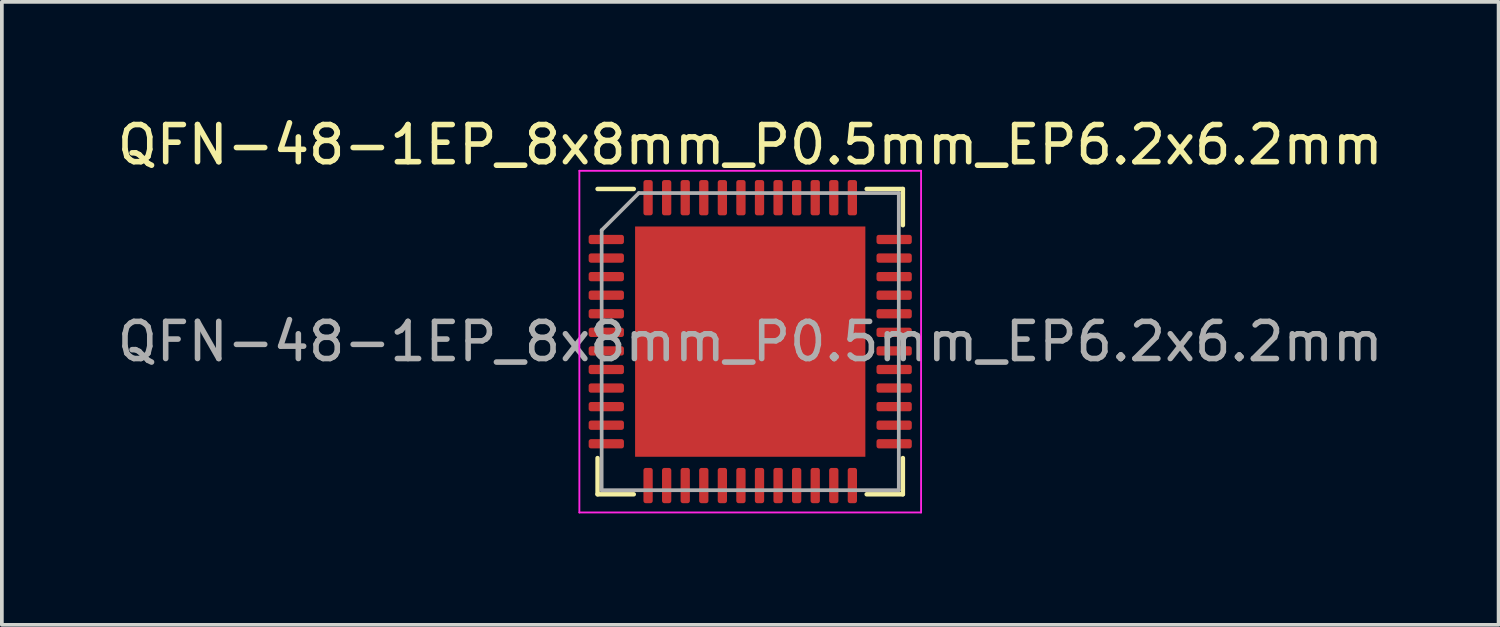
<source format=kicad_pcb>
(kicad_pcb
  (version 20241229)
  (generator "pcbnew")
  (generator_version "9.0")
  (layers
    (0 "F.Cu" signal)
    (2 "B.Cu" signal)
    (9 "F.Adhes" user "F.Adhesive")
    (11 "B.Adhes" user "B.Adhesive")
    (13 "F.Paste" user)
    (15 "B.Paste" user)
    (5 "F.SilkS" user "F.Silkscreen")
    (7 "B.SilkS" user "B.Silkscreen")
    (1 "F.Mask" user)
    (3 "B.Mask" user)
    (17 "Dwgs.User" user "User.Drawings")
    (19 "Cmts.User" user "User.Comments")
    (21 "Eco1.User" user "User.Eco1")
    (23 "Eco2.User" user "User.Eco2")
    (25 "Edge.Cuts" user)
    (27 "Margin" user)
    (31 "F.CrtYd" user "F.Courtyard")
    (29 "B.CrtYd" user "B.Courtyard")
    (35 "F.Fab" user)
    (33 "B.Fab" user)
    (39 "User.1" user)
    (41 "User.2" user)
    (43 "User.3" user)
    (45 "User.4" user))
  (footprint "QFN-48-1EP_8x8mm_P0.5mm_EP6.2x6.2mm"
    (layer "F.Cu")
    (at 17.149 6.148)
    (property "Reference" "QFN-48-1EP_8x8mm_P0.5mm_EP6.2x6.2mm" (at 0 -5.3 0) (layer "F.SilkS") (effects (font (size 1 1) (thickness 0.15))))
    (attr smd)
    (fp_line (start -4.11 4.11) (end -4.11 3.135) (stroke (width 0.12) (type solid)) (layer "F.SilkS"))
    (fp_line (start -3.135 -4.11) (end -4.11 -4.11) (stroke (width 0.12) (type solid)) (layer "F.SilkS"))
    (fp_line (start -3.135 4.11) (end -4.11 4.11) (stroke (width 0.12) (type solid)) (layer "F.SilkS"))
    (fp_line (start 3.135 -4.11) (end 4.11 -4.11) (stroke (width 0.12) (type solid)) (layer "F.SilkS"))
    (fp_line (start 3.135 4.11) (end 4.11 4.11) (stroke (width 0.12) (type solid)) (layer "F.SilkS"))
    (fp_line (start 4.11 -4.11) (end 4.11 -3.135) (stroke (width 0.12) (type solid)) (layer "F.SilkS"))
    (fp_line (start 4.11 4.11) (end 4.11 3.135) (stroke (width 0.12) (type solid)) (layer "F.SilkS"))
    (fp_line (start -4.6 -4.6) (end -4.6 4.6) (stroke (width 0.05) (type solid)) (layer "F.CrtYd"))
    (fp_line (start -4.6 4.6) (end 4.6 4.6) (stroke (width 0.05) (type solid)) (layer "F.CrtYd"))
    (fp_line (start 4.6 -4.6) (end -4.6 -4.6) (stroke (width 0.05) (type solid)) (layer "F.CrtYd"))
    (fp_line (start 4.6 4.6) (end 4.6 -4.6) (stroke (width 0.05) (type solid)) (layer "F.CrtYd"))
    (fp_line (start -4 -3) (end -3 -4) (stroke (width 0.1) (type solid)) (layer "F.Fab"))
    (fp_line (start -4 4) (end -4 -3) (stroke (width 0.1) (type solid)) (layer "F.Fab"))
    (fp_line (start -3 -4) (end 4 -4) (stroke (width 0.1) (type solid)) (layer "F.Fab"))
    (fp_line (start 4 -4) (end 4 4) (stroke (width 0.1) (type solid)) (layer "F.Fab"))
    (fp_line (start 4 4) (end -4 4) (stroke (width 0.1) (type solid)) (layer "F.Fab"))
    (fp_text user "${REFERENCE}" (at 0 0 0) (layer "F.Fab") (effects (font (size 1 1) (thickness 0.15))))
    (pad "" smd roundrect (at -2.48 -2.48) (size 1 1) (layers "F.Paste") (roundrect_rratio 0.25))
    (pad "" smd roundrect (at -2.48 -1.24) (size 1 1) (layers "F.Paste") (roundrect_rratio 0.25))
    (pad "" smd roundrect (at -2.48 0) (size 1 1) (layers "F.Paste") (roundrect_rratio 0.25))
    (pad "" smd roundrect (at -2.48 1.24) (size 1 1) (layers "F.Paste") (roundrect_rratio 0.25))
    (pad "" smd roundrect (at -2.48 2.48) (size 1 1) (layers "F.Paste") (roundrect_rratio 0.25))
    (pad "" smd roundrect (at -1.24 -2.48) (size 1 1) (layers "F.Paste") (roundrect_rratio 0.25))
    (pad "" smd roundrect (at -1.24 -1.24) (size 1 1) (layers "F.Paste") (roundrect_rratio 0.25))
    (pad "" smd roundrect (at -1.24 0) (size 1 1) (layers "F.Paste") (roundrect_rratio 0.25))
    (pad "" smd roundrect (at -1.24 1.24) (size 1 1) (layers "F.Paste") (roundrect_rratio 0.25))
    (pad "" smd roundrect (at -1.24 2.48) (size 1 1) (layers "F.Paste") (roundrect_rratio 0.25))
    (pad "" smd roundrect (at 0 -2.48) (size 1 1) (layers "F.Paste") (roundrect_rratio 0.25))
    (pad "" smd roundrect (at 0 -1.24) (size 1 1) (layers "F.Paste") (roundrect_rratio 0.25))
    (pad "" smd roundrect (at 0 0) (size 1 1) (layers "F.Paste") (roundrect_rratio 0.25))
    (pad "" smd roundrect (at 0 1.24) (size 1 1) (layers "F.Paste") (roundrect_rratio 0.25))
    (pad "" smd roundrect (at 0 2.48) (size 1 1) (layers "F.Paste") (roundrect_rratio 0.25))
    (pad "" smd roundrect (at 1.24 -2.48) (size 1 1) (layers "F.Paste") (roundrect_rratio 0.25))
    (pad "" smd roundrect (at 1.24 -1.24) (size 1 1) (layers "F.Paste") (roundrect_rratio 0.25))
    (pad "" smd roundrect (at 1.24 0) (size 1 1) (layers "F.Paste") (roundrect_rratio 0.25))
    (pad "" smd roundrect (at 1.24 1.24) (size 1 1) (layers "F.Paste") (roundrect_rratio 0.25))
    (pad "" smd roundrect (at 1.24 2.48) (size 1 1) (layers "F.Paste") (roundrect_rratio 0.25))
    (pad "" smd roundrect (at 2.48 -2.48) (size 1 1) (layers "F.Paste") (roundrect_rratio 0.25))
    (pad "" smd roundrect (at 2.48 -1.24) (size 1 1) (layers "F.Paste") (roundrect_rratio 0.25))
    (pad "" smd roundrect (at 2.48 0) (size 1 1) (layers "F.Paste") (roundrect_rratio 0.25))
    (pad "" smd roundrect (at 2.48 1.24) (size 1 1) (layers "F.Paste") (roundrect_rratio 0.25))
    (pad "" smd roundrect (at 2.48 2.48) (size 1 1) (layers "F.Paste") (roundrect_rratio 0.25))
    (pad "1" smd roundrect (at -3.875 -2.75) (size 0.95 0.25) (layers "F.Cu" "F.Mask" "F.Paste") (roundrect_rratio 0.25))
    (pad "2" smd roundrect (at -3.875 -2.25) (size 0.95 0.25) (layers "F.Cu" "F.Mask" "F.Paste") (roundrect_rratio 0.25))
    (pad "3" smd roundrect (at -3.875 -1.75) (size 0.95 0.25) (layers "F.Cu" "F.Mask" "F.Paste") (roundrect_rratio 0.25))
    (pad "4" smd roundrect (at -3.875 -1.25) (size 0.95 0.25) (layers "F.Cu" "F.Mask" "F.Paste") (roundrect_rratio 0.25))
    (pad "5" smd roundrect (at -3.875 -0.75) (size 0.95 0.25) (layers "F.Cu" "F.Mask" "F.Paste") (roundrect_rratio 0.25))
    (pad "6" smd roundrect (at -3.875 -0.25) (size 0.95 0.25) (layers "F.Cu" "F.Mask" "F.Paste") (roundrect_rratio 0.25))
    (pad "7" smd roundrect (at -3.875 0.25) (size 0.95 0.25) (layers "F.Cu" "F.Mask" "F.Paste") (roundrect_rratio 0.25))
    (pad "8" smd roundrect (at -3.875 0.75) (size 0.95 0.25) (layers "F.Cu" "F.Mask" "F.Paste") (roundrect_rratio 0.25))
    (pad "9" smd roundrect (at -3.875 1.25) (size 0.95 0.25) (layers "F.Cu" "F.Mask" "F.Paste") (roundrect_rratio 0.25))
    (pad "10" smd roundrect (at -3.875 1.75) (size 0.95 0.25) (layers "F.Cu" "F.Mask" "F.Paste") (roundrect_rratio 0.25))
    (pad "11" smd roundrect (at -3.875 2.25) (size 0.95 0.25) (layers "F.Cu" "F.Mask" "F.Paste") (roundrect_rratio 0.25))
    (pad "12" smd roundrect (at -3.875 2.75) (size 0.95 0.25) (layers "F.Cu" "F.Mask" "F.Paste") (roundrect_rratio 0.25))
    (pad "13" smd roundrect (at -2.75 3.875) (size 0.25 0.95) (layers "F.Cu" "F.Mask" "F.Paste") (roundrect_rratio 0.25))
    (pad "14" smd roundrect (at -2.25 3.875) (size 0.25 0.95) (layers "F.Cu" "F.Mask" "F.Paste") (roundrect_rratio 0.25))
    (pad "15" smd roundrect (at -1.75 3.875) (size 0.25 0.95) (layers "F.Cu" "F.Mask" "F.Paste") (roundrect_rratio 0.25))
    (pad "16" smd roundrect (at -1.25 3.875) (size 0.25 0.95) (layers "F.Cu" "F.Mask" "F.Paste") (roundrect_rratio 0.25))
    (pad "17" smd roundrect (at -0.75 3.875) (size 0.25 0.95) (layers "F.Cu" "F.Mask" "F.Paste") (roundrect_rratio 0.25))
    (pad "18" smd roundrect (at -0.25 3.875) (size 0.25 0.95) (layers "F.Cu" "F.Mask" "F.Paste") (roundrect_rratio 0.25))
    (pad "19" smd roundrect (at 0.25 3.875) (size 0.25 0.95) (layers "F.Cu" "F.Mask" "F.Paste") (roundrect_rratio 0.25))
    (pad "20" smd roundrect (at 0.75 3.875) (size 0.25 0.95) (layers "F.Cu" "F.Mask" "F.Paste") (roundrect_rratio 0.25))
    (pad "21" smd roundrect (at 1.25 3.875) (size 0.25 0.95) (layers "F.Cu" "F.Mask" "F.Paste") (roundrect_rratio 0.25))
    (pad "22" smd roundrect (at 1.75 3.875) (size 0.25 0.95) (layers "F.Cu" "F.Mask" "F.Paste") (roundrect_rratio 0.25))
    (pad "23" smd roundrect (at 2.25 3.875) (size 0.25 0.95) (layers "F.Cu" "F.Mask" "F.Paste") (roundrect_rratio 0.25))
    (pad "24" smd roundrect (at 2.75 3.875) (size 0.25 0.95) (layers "F.Cu" "F.Mask" "F.Paste") (roundrect_rratio 0.25))
    (pad "25" smd roundrect (at 3.875 2.75) (size 0.95 0.25) (layers "F.Cu" "F.Mask" "F.Paste") (roundrect_rratio 0.25))
    (pad "26" smd roundrect (at 3.875 2.25) (size 0.95 0.25) (layers "F.Cu" "F.Mask" "F.Paste") (roundrect_rratio 0.25))
    (pad "27" smd roundrect (at 3.875 1.75) (size 0.95 0.25) (layers "F.Cu" "F.Mask" "F.Paste") (roundrect_rratio 0.25))
    (pad "28" smd roundrect (at 3.875 1.25) (size 0.95 0.25) (layers "F.Cu" "F.Mask" "F.Paste") (roundrect_rratio 0.25))
    (pad "29" smd roundrect (at 3.875 0.75) (size 0.95 0.25) (layers "F.Cu" "F.Mask" "F.Paste") (roundrect_rratio 0.25))
    (pad "30" smd roundrect (at 3.875 0.25) (size 0.95 0.25) (layers "F.Cu" "F.Mask" "F.Paste") (roundrect_rratio 0.25))
    (pad "31" smd roundrect (at 3.875 -0.25) (size 0.95 0.25) (layers "F.Cu" "F.Mask" "F.Paste") (roundrect_rratio 0.25))
    (pad "32" smd roundrect (at 3.875 -0.75) (size 0.95 0.25) (layers "F.Cu" "F.Mask" "F.Paste") (roundrect_rratio 0.25))
    (pad "33" smd roundrect (at 3.875 -1.25) (size 0.95 0.25) (layers "F.Cu" "F.Mask" "F.Paste") (roundrect_rratio 0.25))
    (pad "34" smd roundrect (at 3.875 -1.75) (size 0.95 0.25) (layers "F.Cu" "F.Mask" "F.Paste") (roundrect_rratio 0.25))
    (pad "35" smd roundrect (at 3.875 -2.25) (size 0.95 0.25) (layers "F.Cu" "F.Mask" "F.Paste") (roundrect_rratio 0.25))
    (pad "36" smd roundrect (at 3.875 -2.75) (size 0.95 0.25) (layers "F.Cu" "F.Mask" "F.Paste") (roundrect_rratio 0.25))
    (pad "37" smd roundrect (at 2.75 -3.875) (size 0.25 0.95) (layers "F.Cu" "F.Mask" "F.Paste") (roundrect_rratio 0.25))
    (pad "38" smd roundrect (at 2.25 -3.875) (size 0.25 0.95) (layers "F.Cu" "F.Mask" "F.Paste") (roundrect_rratio 0.25))
    (pad "39" smd roundrect (at 1.75 -3.875) (size 0.25 0.95) (layers "F.Cu" "F.Mask" "F.Paste") (roundrect_rratio 0.25))
    (pad "40" smd roundrect (at 1.25 -3.875) (size 0.25 0.95) (layers "F.Cu" "F.Mask" "F.Paste") (roundrect_rratio 0.25))
    (pad "41" smd roundrect (at 0.75 -3.875) (size 0.25 0.95) (layers "F.Cu" "F.Mask" "F.Paste") (roundrect_rratio 0.25))
    (pad "42" smd roundrect (at 0.25 -3.875) (size 0.25 0.95) (layers "F.Cu" "F.Mask" "F.Paste") (roundrect_rratio 0.25))
    (pad "43" smd roundrect (at -0.25 -3.875) (size 0.25 0.95) (layers "F.Cu" "F.Mask" "F.Paste") (roundrect_rratio 0.25))
    (pad "44" smd roundrect (at -0.75 -3.875) (size 0.25 0.95) (layers "F.Cu" "F.Mask" "F.Paste") (roundrect_rratio 0.25))
    (pad "45" smd roundrect (at -1.25 -3.875) (size 0.25 0.95) (layers "F.Cu" "F.Mask" "F.Paste") (roundrect_rratio 0.25))
    (pad "46" smd roundrect (at -1.75 -3.875) (size 0.25 0.95) (layers "F.Cu" "F.Mask" "F.Paste") (roundrect_rratio 0.25))
    (pad "47" smd roundrect (at -2.25 -3.875) (size 0.25 0.95) (layers "F.Cu" "F.Mask" "F.Paste") (roundrect_rratio 0.25))
    (pad "48" smd roundrect (at -2.75 -3.875) (size 0.25 0.95) (layers "F.Cu" "F.Mask" "F.Paste") (roundrect_rratio 0.25))
    (pad "49" smd rect (at 0 0) (size 6.2 6.2) (layers "F.Cu" "F.Mask")))
  (gr_rect
    (start -3 -3)
    (end 37.298 13.773)
    (stroke (width 0.1) (type default))
    (fill no)
    (layer "Edge.Cuts")))
</source>
